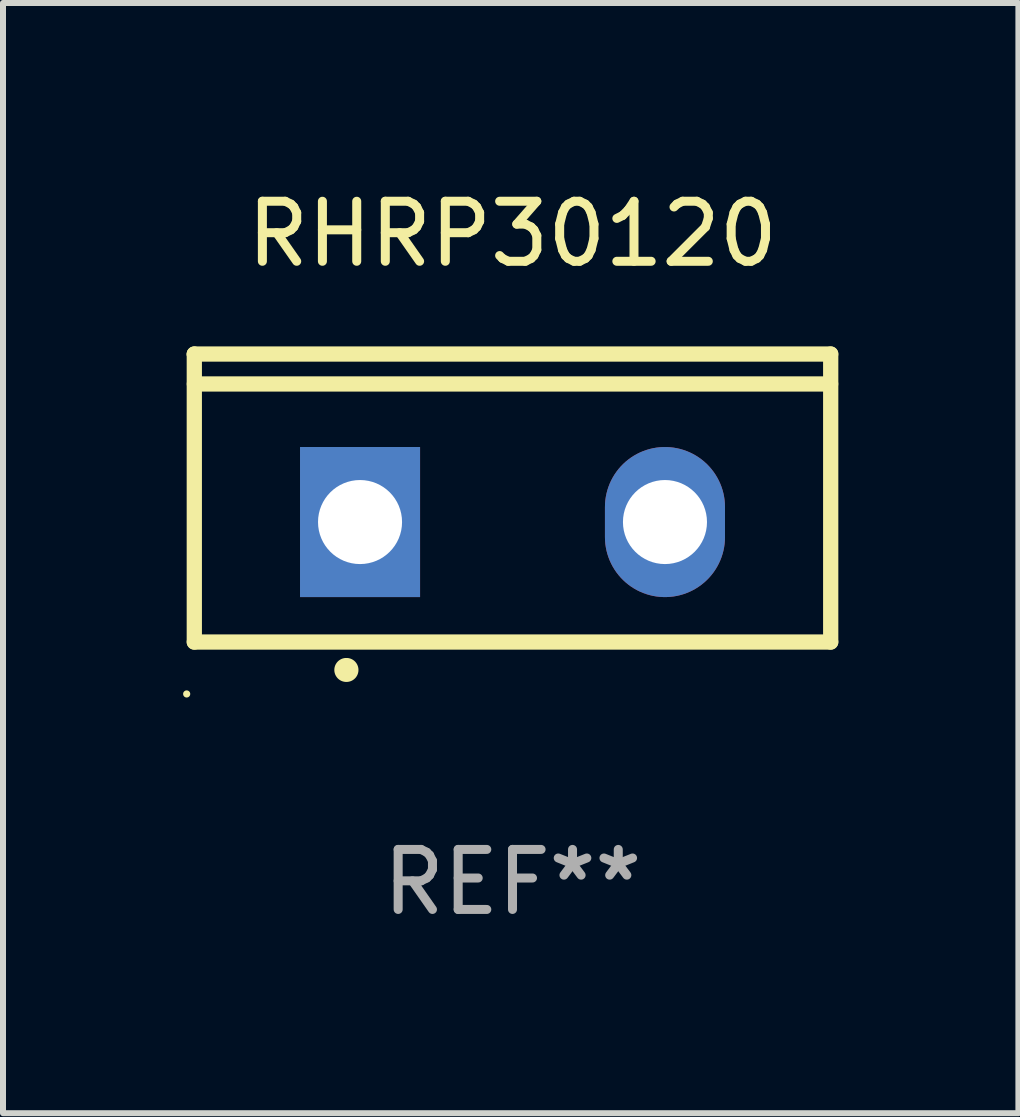
<source format=kicad_pcb>
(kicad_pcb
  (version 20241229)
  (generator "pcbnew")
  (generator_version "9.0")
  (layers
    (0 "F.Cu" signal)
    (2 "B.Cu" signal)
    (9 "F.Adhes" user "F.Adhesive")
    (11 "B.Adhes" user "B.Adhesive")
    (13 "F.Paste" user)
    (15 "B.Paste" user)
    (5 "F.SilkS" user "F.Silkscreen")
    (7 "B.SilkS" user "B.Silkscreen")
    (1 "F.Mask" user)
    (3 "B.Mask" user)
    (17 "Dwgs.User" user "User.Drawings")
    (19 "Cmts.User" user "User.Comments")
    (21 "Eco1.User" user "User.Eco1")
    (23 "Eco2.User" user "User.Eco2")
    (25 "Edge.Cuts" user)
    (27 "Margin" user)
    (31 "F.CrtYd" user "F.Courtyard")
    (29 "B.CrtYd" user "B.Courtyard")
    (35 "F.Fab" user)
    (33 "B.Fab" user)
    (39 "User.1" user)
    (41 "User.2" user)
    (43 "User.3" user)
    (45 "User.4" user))
  (footprint "RHRP30120"
    (layer "F.Cu")
    (at 5.488 5.247)
    (property "Reference" "RHRP30120" (at 0 -4.399 0) (layer "F.SilkS") (effects (font (size 1 1) (thickness 0.15))))
    (attr through_hole)
    (fp_line (start -5.301 -2.399) (end 5.301 -2.399) (stroke (width 0.254) (type solid)) (layer "F.SilkS"))
    (fp_line (start -5.301 -2.394) (end -5.301 -2.399) (stroke (width 0.254) (type solid)) (layer "F.SilkS"))
    (fp_line (start -5.301 2.399) (end -5.301 -2.394) (stroke (width 0.254) (type solid)) (layer "F.SilkS"))
    (fp_line (start 5.3 -1.9) (end -5.3 -1.9) (stroke (width 0.254) (type solid)) (layer "F.SilkS"))
    (fp_line (start 5.301 -2.399) (end 5.301 2.399) (stroke (width 0.254) (type solid)) (layer "F.SilkS"))
    (fp_line (start 5.301 2.399) (end -5.301 2.399) (stroke (width 0.254) (type solid)) (layer "F.SilkS"))
    (fp_arc (start -2.768606 2.863843) (mid -2.767336 2.863839) (end -2.766066 2.863843) (stroke (width 0.4) (type solid)) (layer "F.SilkS"))
    (fp_circle (center -5.428 3.264) (end -5.398 3.264) (stroke (width 0.06) (type solid)) (fill no) (layer "F.SilkS"))
    (fp_text user "REF**" (at 0 6.399 0) (layer "F.Fab") (effects (font (size 1 1) (thickness 0.15))))
    (pad "1" thru_hole rect (at -2.54 0.4) (size 2 2.5) (drill 1.4) (layers "*.Cu" "*.Mask"))
    (pad "2" thru_hole oval (at 2.54 0.4) (size 2 2.5) (drill 1.4) (layers "*.Cu" "*.Mask")))
  (gr_rect
    (start -3 -3)
    (end 13.916 15.495)
    (stroke (width 0.1) (type default))
    (fill no)
    (layer "Edge.Cuts")))
</source>
